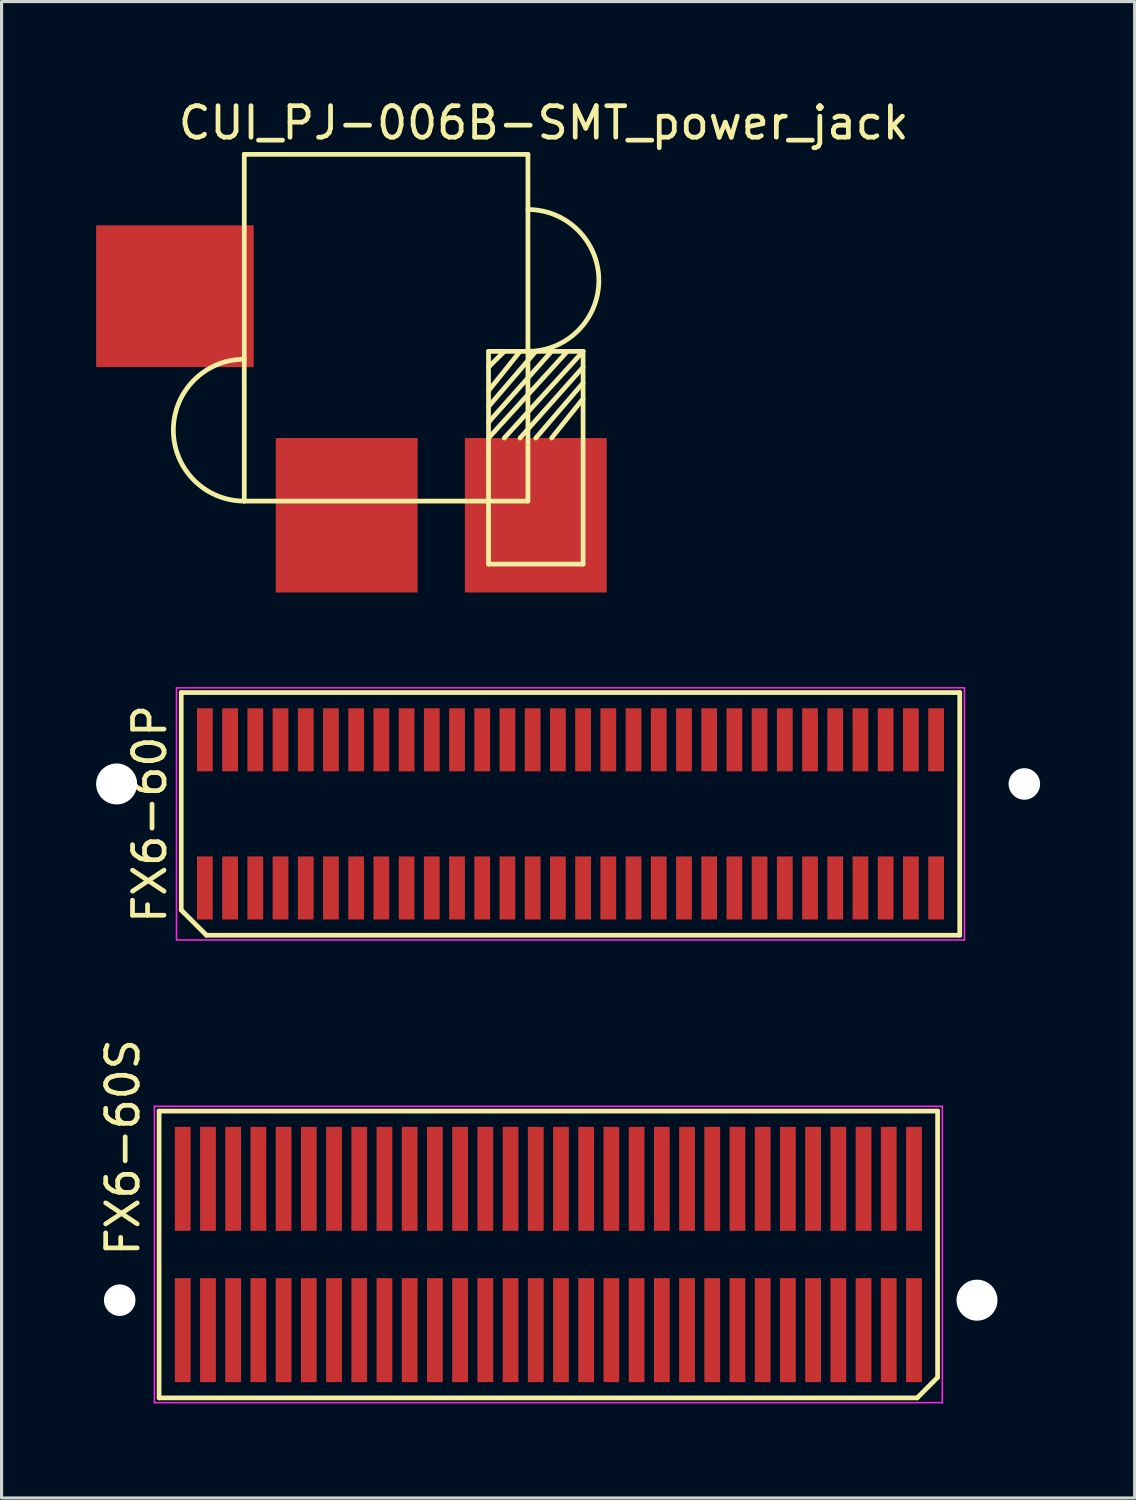
<source format=kicad_pcb>
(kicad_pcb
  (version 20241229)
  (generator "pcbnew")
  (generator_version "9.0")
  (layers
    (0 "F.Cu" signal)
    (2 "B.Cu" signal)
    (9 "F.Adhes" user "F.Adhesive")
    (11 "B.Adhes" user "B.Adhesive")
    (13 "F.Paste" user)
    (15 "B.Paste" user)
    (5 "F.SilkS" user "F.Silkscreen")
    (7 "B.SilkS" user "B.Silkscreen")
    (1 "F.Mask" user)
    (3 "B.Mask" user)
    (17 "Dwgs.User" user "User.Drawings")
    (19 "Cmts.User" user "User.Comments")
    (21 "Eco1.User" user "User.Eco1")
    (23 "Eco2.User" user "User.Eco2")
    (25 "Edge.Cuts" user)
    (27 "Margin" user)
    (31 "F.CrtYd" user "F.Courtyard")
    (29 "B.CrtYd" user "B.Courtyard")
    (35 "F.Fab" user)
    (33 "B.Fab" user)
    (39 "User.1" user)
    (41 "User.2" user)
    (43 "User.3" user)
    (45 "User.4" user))
  (footprint "CUI_PJ-006B-SMT_power_jack"
    (layer "F.Cu")
    (at 9.2 6.348)
    (property "Reference" "CUI_PJ-006B-SMT_power_jack" (at 5 -5.5 0) (layer "F.SilkS") (effects (font (size 1 1) (thickness 0.15))))
    (attr through_hole)
    (fp_line (start -4.5 -4.5) (end -4.5 6.5) (stroke (width 0.15) (type solid)) (layer "F.SilkS"))
    (fp_line (start -4.5 6.5) (end 4.5 6.5) (stroke (width 0.15) (type solid)) (layer "F.SilkS"))
    (fp_line (start 3.25 1.75) (end 4.75 1.75) (stroke (width 0.15) (type solid)) (layer "F.SilkS"))
    (fp_line (start 3.25 3) (end 4.25 1.75) (stroke (width 0.15) (type solid)) (layer "F.SilkS"))
    (fp_line (start 3.25 3.5) (end 4.75 1.75) (stroke (width 0.15) (type solid)) (layer "F.SilkS"))
    (fp_line (start 3.25 4) (end 5.25 1.75) (stroke (width 0.15) (type solid)) (layer "F.SilkS"))
    (fp_line (start 3.25 4.5) (end 5.75 1.75) (stroke (width 0.15) (type solid)) (layer "F.SilkS"))
    (fp_line (start 3.25 8.5) (end 3.25 1.75) (stroke (width 0.15) (type solid)) (layer "F.SilkS"))
    (fp_line (start 3.75 1.75) (end 3.25 2.25) (stroke (width 0.15) (type solid)) (layer "F.SilkS"))
    (fp_line (start 4.5 -4.5) (end -4.5 -4.5) (stroke (width 0.15) (type solid)) (layer "F.SilkS"))
    (fp_line (start 4.5 6.5) (end 4.5 -4.5) (stroke (width 0.15) (type solid)) (layer "F.SilkS"))
    (fp_line (start 4.75 1.75) (end 6.25 1.75) (stroke (width 0.15) (type solid)) (layer "F.SilkS"))
    (fp_line (start 6.25 1.75) (end 3.75 4.5) (stroke (width 0.15) (type solid)) (layer "F.SilkS"))
    (fp_line (start 6.25 1.75) (end 6.25 8.5) (stroke (width 0.15) (type solid)) (layer "F.SilkS"))
    (fp_line (start 6.25 2.25) (end 4.25 4.5) (stroke (width 0.15) (type solid)) (layer "F.SilkS"))
    (fp_line (start 6.25 2.75) (end 4.75 4.5) (stroke (width 0.15) (type solid)) (layer "F.SilkS"))
    (fp_line (start 6.25 3.25) (end 5.25 4.5) (stroke (width 0.15) (type solid)) (layer "F.SilkS"))
    (fp_line (start 6.25 8.5) (end 3.25 8.5) (stroke (width 0.15) (type solid)) (layer "F.SilkS"))
    (fp_arc (start -4.5 6.5) (mid -6.75 4.25) (end -4.5 2) (stroke (width 0.15) (type solid)) (layer "F.SilkS"))
    (fp_arc (start 4.5 -2.75) (mid 6.75 -0.5) (end 4.5 1.75) (stroke (width 0.15) (type solid)) (layer "F.SilkS"))
    (pad "1" smd rect (at -6.7 0) (size 5 4.5) (layers "F.Cu" "F.Mask" "F.Paste"))
    (pad "2" smd rect (at -1.25 6.95) (size 4.5 4.9) (layers "F.Cu" "F.Mask" "F.Paste"))
    (pad "3" smd rect (at 4.75 6.95) (size 4.5 4.9) (layers "F.Cu" "F.Mask" "F.Paste")))
  (footprint "FX6-60P"
    (layer "F.Cu")
    (at 15.05 22.773)
    (property "Reference" "FX6-60P" (at -13.35 0 90) (layer "F.SilkS") (effects (font (size 1 1) (thickness 0.15))))
    (attr smd)
    (fp_line (start -12.35 -3.85) (end 12.35 -3.85) (stroke (width 0.15) (type solid)) (layer "F.SilkS"))
    (fp_line (start -12.35 3.05) (end -12.35 -3.85) (stroke (width 0.15) (type solid)) (layer "F.SilkS"))
    (fp_line (start -11.55 3.85) (end -12.35 3.05) (stroke (width 0.15) (type solid)) (layer "F.SilkS"))
    (fp_line (start 12.35 -3.85) (end 12.35 3.85) (stroke (width 0.15) (type solid)) (layer "F.SilkS"))
    (fp_line (start 12.35 3.85) (end -11.55 3.85) (stroke (width 0.15) (type solid)) (layer "F.SilkS"))
    (fp_line (start -12.5 -4) (end 12.5 -4) (stroke (width 0.05) (type solid)) (layer "F.CrtYd"))
    (fp_line (start -12.5 4) (end -12.5 -4) (stroke (width 0.05) (type solid)) (layer "F.CrtYd"))
    (fp_line (start 12.5 -4) (end 12.5 4) (stroke (width 0.05) (type solid)) (layer "F.CrtYd"))
    (fp_line (start 12.5 4) (end -12.5 4) (stroke (width 0.05) (type solid)) (layer "F.CrtYd"))
    (pad "" np_thru_hole circle (at -14.4 -0.95) (size 1.3 1.3) (drill 1.3) (layers "*.Cu" "*.Mask"))
    (pad "" np_thru_hole circle (at 14.4 -0.95) (size 1 1) (drill 1) (layers "*.Cu" "*.Mask"))
    (pad "1" smd rect (at -11.6 2.35) (size 0.5 2) (layers "F.Cu" "F.Mask" "F.Paste"))
    (pad "2" smd rect (at -10.8 2.35) (size 0.5 2) (layers "F.Cu" "F.Mask" "F.Paste"))
    (pad "3" smd rect (at -10 2.35) (size 0.5 2) (layers "F.Cu" "F.Mask" "F.Paste"))
    (pad "4" smd rect (at -9.2 2.35) (size 0.5 2) (layers "F.Cu" "F.Mask" "F.Paste"))
    (pad "5" smd rect (at -8.4 2.35) (size 0.5 2) (layers "F.Cu" "F.Mask" "F.Paste"))
    (pad "6" smd rect (at -7.6 2.35) (size 0.5 2) (layers "F.Cu" "F.Mask" "F.Paste"))
    (pad "7" smd rect (at -6.8 2.35) (size 0.5 2) (layers "F.Cu" "F.Mask" "F.Paste"))
    (pad "8" smd rect (at -6 2.35) (size 0.5 2) (layers "F.Cu" "F.Mask" "F.Paste"))
    (pad "9" smd rect (at -5.2 2.35) (size 0.5 2) (layers "F.Cu" "F.Mask" "F.Paste"))
    (pad "10" smd rect (at -4.4 2.35) (size 0.5 2) (layers "F.Cu" "F.Mask" "F.Paste"))
    (pad "11" smd rect (at -3.6 2.35) (size 0.5 2) (layers "F.Cu" "F.Mask" "F.Paste"))
    (pad "12" smd rect (at -2.8 2.35) (size 0.5 2) (layers "F.Cu" "F.Mask" "F.Paste"))
    (pad "13" smd rect (at -2 2.35) (size 0.5 2) (layers "F.Cu" "F.Mask" "F.Paste"))
    (pad "14" smd rect (at -1.2 2.35) (size 0.5 2) (layers "F.Cu" "F.Mask" "F.Paste"))
    (pad "15" smd rect (at -0.4 2.35) (size 0.5 2) (layers "F.Cu" "F.Mask" "F.Paste"))
    (pad "16" smd rect (at 0.4 2.35) (size 0.5 2) (layers "F.Cu" "F.Mask" "F.Paste"))
    (pad "17" smd rect (at 1.2 2.35) (size 0.5 2) (layers "F.Cu" "F.Mask" "F.Paste"))
    (pad "18" smd rect (at 2 2.35) (size 0.5 2) (layers "F.Cu" "F.Mask" "F.Paste"))
    (pad "19" smd rect (at 2.8 2.35) (size 0.5 2) (layers "F.Cu" "F.Mask" "F.Paste"))
    (pad "20" smd rect (at 3.6 2.35) (size 0.5 2) (layers "F.Cu" "F.Mask" "F.Paste"))
    (pad "21" smd rect (at 4.4 2.35) (size 0.5 2) (layers "F.Cu" "F.Mask" "F.Paste"))
    (pad "22" smd rect (at 5.2 2.35) (size 0.5 2) (layers "F.Cu" "F.Mask" "F.Paste"))
    (pad "23" smd rect (at 6 2.35) (size 0.5 2) (layers "F.Cu" "F.Mask" "F.Paste"))
    (pad "24" smd rect (at 6.8 2.35) (size 0.5 2) (layers "F.Cu" "F.Mask" "F.Paste"))
    (pad "25" smd rect (at 7.6 2.35) (size 0.5 2) (layers "F.Cu" "F.Mask" "F.Paste"))
    (pad "26" smd rect (at 8.4 2.35) (size 0.5 2) (layers "F.Cu" "F.Mask" "F.Paste"))
    (pad "27" smd rect (at 9.2 2.35) (size 0.5 2) (layers "F.Cu" "F.Mask" "F.Paste"))
    (pad "28" smd rect (at 10 2.35) (size 0.5 2) (layers "F.Cu" "F.Mask" "F.Paste"))
    (pad "29" smd rect (at 10.8 2.35) (size 0.5 2) (layers "F.Cu" "F.Mask" "F.Paste"))
    (pad "30" smd rect (at 11.6 2.35) (size 0.5 2) (layers "F.Cu" "F.Mask" "F.Paste"))
    (pad "31" smd rect (at 11.6 -2.35) (size 0.5 2) (layers "F.Cu" "F.Mask" "F.Paste"))
    (pad "32" smd rect (at 10.8 -2.35) (size 0.5 2) (layers "F.Cu" "F.Mask" "F.Paste"))
    (pad "33" smd rect (at 10 -2.35) (size 0.5 2) (layers "F.Cu" "F.Mask" "F.Paste"))
    (pad "34" smd rect (at 9.2 -2.35) (size 0.5 2) (layers "F.Cu" "F.Mask" "F.Paste"))
    (pad "35" smd rect (at 8.4 -2.35) (size 0.5 2) (layers "F.Cu" "F.Mask" "F.Paste"))
    (pad "36" smd rect (at 7.6 -2.35) (size 0.5 2) (layers "F.Cu" "F.Mask" "F.Paste"))
    (pad "37" smd rect (at 6.8 -2.35) (size 0.5 2) (layers "F.Cu" "F.Mask" "F.Paste"))
    (pad "38" smd rect (at 6 -2.35) (size 0.5 2) (layers "F.Cu" "F.Mask" "F.Paste"))
    (pad "39" smd rect (at 5.2 -2.35) (size 0.5 2) (layers "F.Cu" "F.Mask" "F.Paste"))
    (pad "40" smd rect (at 4.4 -2.35) (size 0.5 2) (layers "F.Cu" "F.Mask" "F.Paste"))
    (pad "41" smd rect (at 3.6 -2.35) (size 0.5 2) (layers "F.Cu" "F.Mask" "F.Paste"))
    (pad "42" smd rect (at 2.8 -2.35) (size 0.5 2) (layers "F.Cu" "F.Mask" "F.Paste"))
    (pad "43" smd rect (at 2 -2.35) (size 0.5 2) (layers "F.Cu" "F.Mask" "F.Paste"))
    (pad "44" smd rect (at 1.2 -2.35) (size 0.5 2) (layers "F.Cu" "F.Mask" "F.Paste"))
    (pad "45" smd rect (at 0.4 -2.35) (size 0.5 2) (layers "F.Cu" "F.Mask" "F.Paste"))
    (pad "46" smd rect (at -0.4 -2.35) (size 0.5 2) (layers "F.Cu" "F.Mask" "F.Paste"))
    (pad "47" smd rect (at -1.2 -2.35) (size 0.5 2) (layers "F.Cu" "F.Mask" "F.Paste"))
    (pad "48" smd rect (at -2 -2.35) (size 0.5 2) (layers "F.Cu" "F.Mask" "F.Paste"))
    (pad "49" smd rect (at -2.8 -2.35) (size 0.5 2) (layers "F.Cu" "F.Mask" "F.Paste"))
    (pad "50" smd rect (at -3.6 -2.35) (size 0.5 2) (layers "F.Cu" "F.Mask" "F.Paste"))
    (pad "51" smd rect (at -4.4 -2.35) (size 0.5 2) (layers "F.Cu" "F.Mask" "F.Paste"))
    (pad "52" smd rect (at -5.2 -2.35) (size 0.5 2) (layers "F.Cu" "F.Mask" "F.Paste"))
    (pad "53" smd rect (at -6 -2.35) (size 0.5 2) (layers "F.Cu" "F.Mask" "F.Paste"))
    (pad "54" smd rect (at -6.8 -2.35) (size 0.5 2) (layers "F.Cu" "F.Mask" "F.Paste"))
    (pad "55" smd rect (at -7.6 -2.35) (size 0.5 2) (layers "F.Cu" "F.Mask" "F.Paste"))
    (pad "56" smd rect (at -8.4 -2.35) (size 0.5 2) (layers "F.Cu" "F.Mask" "F.Paste"))
    (pad "57" smd rect (at -9.2 -2.35) (size 0.5 2) (layers "F.Cu" "F.Mask" "F.Paste"))
    (pad "58" smd rect (at -10 -2.35) (size 0.5 2) (layers "F.Cu" "F.Mask" "F.Paste"))
    (pad "59" smd rect (at -10.8 -2.35) (size 0.5 2) (layers "F.Cu" "F.Mask" "F.Paste"))
    (pad "60" smd rect (at -11.6 -2.35) (size 0.5 2) (layers "F.Cu" "F.Mask" "F.Paste")))
  (footprint "FX6-60S"
    (layer "F.Cu")
    (at 14.348 36.752)
    (property "Reference" "FX6-60S" (at -13.5 -3.4 90) (layer "F.SilkS") (effects (font (size 1 1) (thickness 0.15))))
    (attr smd)
    (fp_line (start -12.35 -4.55) (end 12.35 -4.55) (stroke (width 0.15) (type solid)) (layer "F.SilkS"))
    (fp_line (start -12.35 4.55) (end -12.35 -4.55) (stroke (width 0.15) (type solid)) (layer "F.SilkS"))
    (fp_line (start 11.7 4.55) (end -12.35 4.55) (stroke (width 0.15) (type solid)) (layer "F.SilkS"))
    (fp_line (start 11.7 4.55) (end 12.35 3.9) (stroke (width 0.15) (type solid)) (layer "F.SilkS"))
    (fp_line (start 12.35 -4.55) (end 12.35 3.9) (stroke (width 0.15) (type solid)) (layer "F.SilkS"))
    (fp_line (start -12.5 -4.7) (end 12.5 -4.7) (stroke (width 0.05) (type solid)) (layer "F.CrtYd"))
    (fp_line (start -12.5 4.7) (end -12.5 -4.7) (stroke (width 0.05) (type solid)) (layer "F.CrtYd"))
    (fp_line (start 12.5 -4.7) (end 12.5 4.7) (stroke (width 0.05) (type solid)) (layer "F.CrtYd"))
    (fp_line (start 12.5 4.7) (end -12.5 4.7) (stroke (width 0.05) (type solid)) (layer "F.CrtYd"))
    (pad "" np_thru_hole circle (at -13.6 1.45) (size 1 1) (drill 1) (layers "*.Cu" "*.Mask"))
    (pad "" np_thru_hole circle (at 13.6 1.45) (size 1.3 1.3) (drill 1.3) (layers "*.Cu" "*.Mask"))
    (pad "1" smd rect (at 11.6 2.4) (size 0.5 3.3) (layers "F.Cu" "F.Mask" "F.Paste"))
    (pad "2" smd rect (at 10.8 2.4) (size 0.5 3.3) (layers "F.Cu" "F.Mask" "F.Paste"))
    (pad "3" smd rect (at 10 2.4) (size 0.5 3.3) (layers "F.Cu" "F.Mask" "F.Paste"))
    (pad "4" smd rect (at 9.2 2.4) (size 0.5 3.3) (layers "F.Cu" "F.Mask" "F.Paste"))
    (pad "5" smd rect (at 8.4 2.4) (size 0.5 3.3) (layers "F.Cu" "F.Mask" "F.Paste"))
    (pad "6" smd rect (at 7.6 2.4) (size 0.5 3.3) (layers "F.Cu" "F.Mask" "F.Paste"))
    (pad "7" smd rect (at 6.8 2.4) (size 0.5 3.3) (layers "F.Cu" "F.Mask" "F.Paste"))
    (pad "8" smd rect (at 6 2.4) (size 0.5 3.3) (layers "F.Cu" "F.Mask" "F.Paste"))
    (pad "9" smd rect (at 5.2 2.4) (size 0.5 3.3) (layers "F.Cu" "F.Mask" "F.Paste"))
    (pad "10" smd rect (at 4.4 2.4) (size 0.5 3.3) (layers "F.Cu" "F.Mask" "F.Paste"))
    (pad "11" smd rect (at 3.6 2.4) (size 0.5 3.3) (layers "F.Cu" "F.Mask" "F.Paste"))
    (pad "12" smd rect (at 2.8 2.4) (size 0.5 3.3) (layers "F.Cu" "F.Mask" "F.Paste"))
    (pad "13" smd rect (at 2 2.4) (size 0.5 3.3) (layers "F.Cu" "F.Mask" "F.Paste"))
    (pad "14" smd rect (at 1.2 2.4) (size 0.5 3.3) (layers "F.Cu" "F.Mask" "F.Paste"))
    (pad "15" smd rect (at 0.4 2.4) (size 0.5 3.3) (layers "F.Cu" "F.Mask" "F.Paste"))
    (pad "16" smd rect (at -0.4 2.4) (size 0.5 3.3) (layers "F.Cu" "F.Mask" "F.Paste"))
    (pad "17" smd rect (at -1.2 2.4) (size 0.5 3.3) (layers "F.Cu" "F.Mask" "F.Paste"))
    (pad "18" smd rect (at -2 2.4) (size 0.5 3.3) (layers "F.Cu" "F.Mask" "F.Paste"))
    (pad "19" smd rect (at -2.8 2.4) (size 0.5 3.3) (layers "F.Cu" "F.Mask" "F.Paste"))
    (pad "20" smd rect (at -3.6 2.4) (size 0.5 3.3) (layers "F.Cu" "F.Mask" "F.Paste"))
    (pad "21" smd rect (at -4.4 2.4) (size 0.5 3.3) (layers "F.Cu" "F.Mask" "F.Paste"))
    (pad "22" smd rect (at -5.2 2.4) (size 0.5 3.3) (layers "F.Cu" "F.Mask" "F.Paste"))
    (pad "23" smd rect (at -6 2.4) (size 0.5 3.3) (layers "F.Cu" "F.Mask" "F.Paste"))
    (pad "24" smd rect (at -6.8 2.4) (size 0.5 3.3) (layers "F.Cu" "F.Mask" "F.Paste"))
    (pad "25" smd rect (at -7.6 2.4) (size 0.5 3.3) (layers "F.Cu" "F.Mask" "F.Paste"))
    (pad "26" smd rect (at -8.4 2.4) (size 0.5 3.3) (layers "F.Cu" "F.Mask" "F.Paste"))
    (pad "27" smd rect (at -9.2 2.4) (size 0.5 3.3) (layers "F.Cu" "F.Mask" "F.Paste"))
    (pad "28" smd rect (at -10 2.4) (size 0.5 3.3) (layers "F.Cu" "F.Mask" "F.Paste"))
    (pad "29" smd rect (at -10.8 2.4) (size 0.5 3.3) (layers "F.Cu" "F.Mask" "F.Paste"))
    (pad "30" smd rect (at -11.6 2.4) (size 0.5 3.3) (layers "F.Cu" "F.Mask" "F.Paste"))
    (pad "31" smd rect (at -11.6 -2.4) (size 0.5 3.3) (layers "F.Cu" "F.Mask" "F.Paste"))
    (pad "32" smd rect (at -10.8 -2.4) (size 0.5 3.3) (layers "F.Cu" "F.Mask" "F.Paste"))
    (pad "33" smd rect (at -10 -2.4) (size 0.5 3.3) (layers "F.Cu" "F.Mask" "F.Paste"))
    (pad "34" smd rect (at -9.2 -2.4) (size 0.5 3.3) (layers "F.Cu" "F.Mask" "F.Paste"))
    (pad "35" smd rect (at -8.4 -2.4) (size 0.5 3.3) (layers "F.Cu" "F.Mask" "F.Paste"))
    (pad "36" smd rect (at -7.6 -2.4) (size 0.5 3.3) (layers "F.Cu" "F.Mask" "F.Paste"))
    (pad "37" smd rect (at -6.8 -2.4) (size 0.5 3.3) (layers "F.Cu" "F.Mask" "F.Paste"))
    (pad "38" smd rect (at -6 -2.4) (size 0.5 3.3) (layers "F.Cu" "F.Mask" "F.Paste"))
    (pad "39" smd rect (at -5.2 -2.4) (size 0.5 3.3) (layers "F.Cu" "F.Mask" "F.Paste"))
    (pad "40" smd rect (at -4.4 -2.4) (size 0.5 3.3) (layers "F.Cu" "F.Mask" "F.Paste"))
    (pad "41" smd rect (at -3.6 -2.4) (size 0.5 3.3) (layers "F.Cu" "F.Mask" "F.Paste"))
    (pad "42" smd rect (at -2.8 -2.4) (size 0.5 3.3) (layers "F.Cu" "F.Mask" "F.Paste"))
    (pad "43" smd rect (at -2 -2.4) (size 0.5 3.3) (layers "F.Cu" "F.Mask" "F.Paste"))
    (pad "44" smd rect (at -1.2 -2.4) (size 0.5 3.3) (layers "F.Cu" "F.Mask" "F.Paste"))
    (pad "45" smd rect (at -0.4 -2.4) (size 0.5 3.3) (layers "F.Cu" "F.Mask" "F.Paste"))
    (pad "46" smd rect (at 0.4 -2.4) (size 0.5 3.3) (layers "F.Cu" "F.Mask" "F.Paste"))
    (pad "47" smd rect (at 1.2 -2.4) (size 0.5 3.3) (layers "F.Cu" "F.Mask" "F.Paste"))
    (pad "48" smd rect (at 2 -2.4) (size 0.5 3.3) (layers "F.Cu" "F.Mask" "F.Paste"))
    (pad "49" smd rect (at 2.8 -2.4) (size 0.5 3.3) (layers "F.Cu" "F.Mask" "F.Paste"))
    (pad "50" smd rect (at 3.6 -2.4) (size 0.5 3.3) (layers "F.Cu" "F.Mask" "F.Paste"))
    (pad "51" smd rect (at 4.4 -2.4) (size 0.5 3.3) (layers "F.Cu" "F.Mask" "F.Paste"))
    (pad "52" smd rect (at 5.2 -2.4) (size 0.5 3.3) (layers "F.Cu" "F.Mask" "F.Paste"))
    (pad "53" smd rect (at 6 -2.4) (size 0.5 3.3) (layers "F.Cu" "F.Mask" "F.Paste"))
    (pad "54" smd rect (at 6.8 -2.4) (size 0.5 3.3) (layers "F.Cu" "F.Mask" "F.Paste"))
    (pad "55" smd rect (at 7.6 -2.4) (size 0.5 3.3) (layers "F.Cu" "F.Mask" "F.Paste"))
    (pad "56" smd rect (at 8.4 -2.4) (size 0.5 3.3) (layers "F.Cu" "F.Mask" "F.Paste"))
    (pad "57" smd rect (at 9.2 -2.4) (size 0.5 3.3) (layers "F.Cu" "F.Mask" "F.Paste"))
    (pad "58" smd rect (at 10 -2.4) (size 0.5 3.3) (layers "F.Cu" "F.Mask" "F.Paste"))
    (pad "59" smd rect (at 10.8 -2.4) (size 0.5 3.3) (layers "F.Cu" "F.Mask" "F.Paste"))
    (pad "60" smd rect (at 11.6 -2.4) (size 0.5 3.3) (layers "F.Cu" "F.Mask" "F.Paste")))
  (gr_rect
    (start -3 -3)
    (end 32.95 44.477)
    (stroke (width 0.1) (type default))
    (fill no)
    (layer "Edge.Cuts")))
</source>
